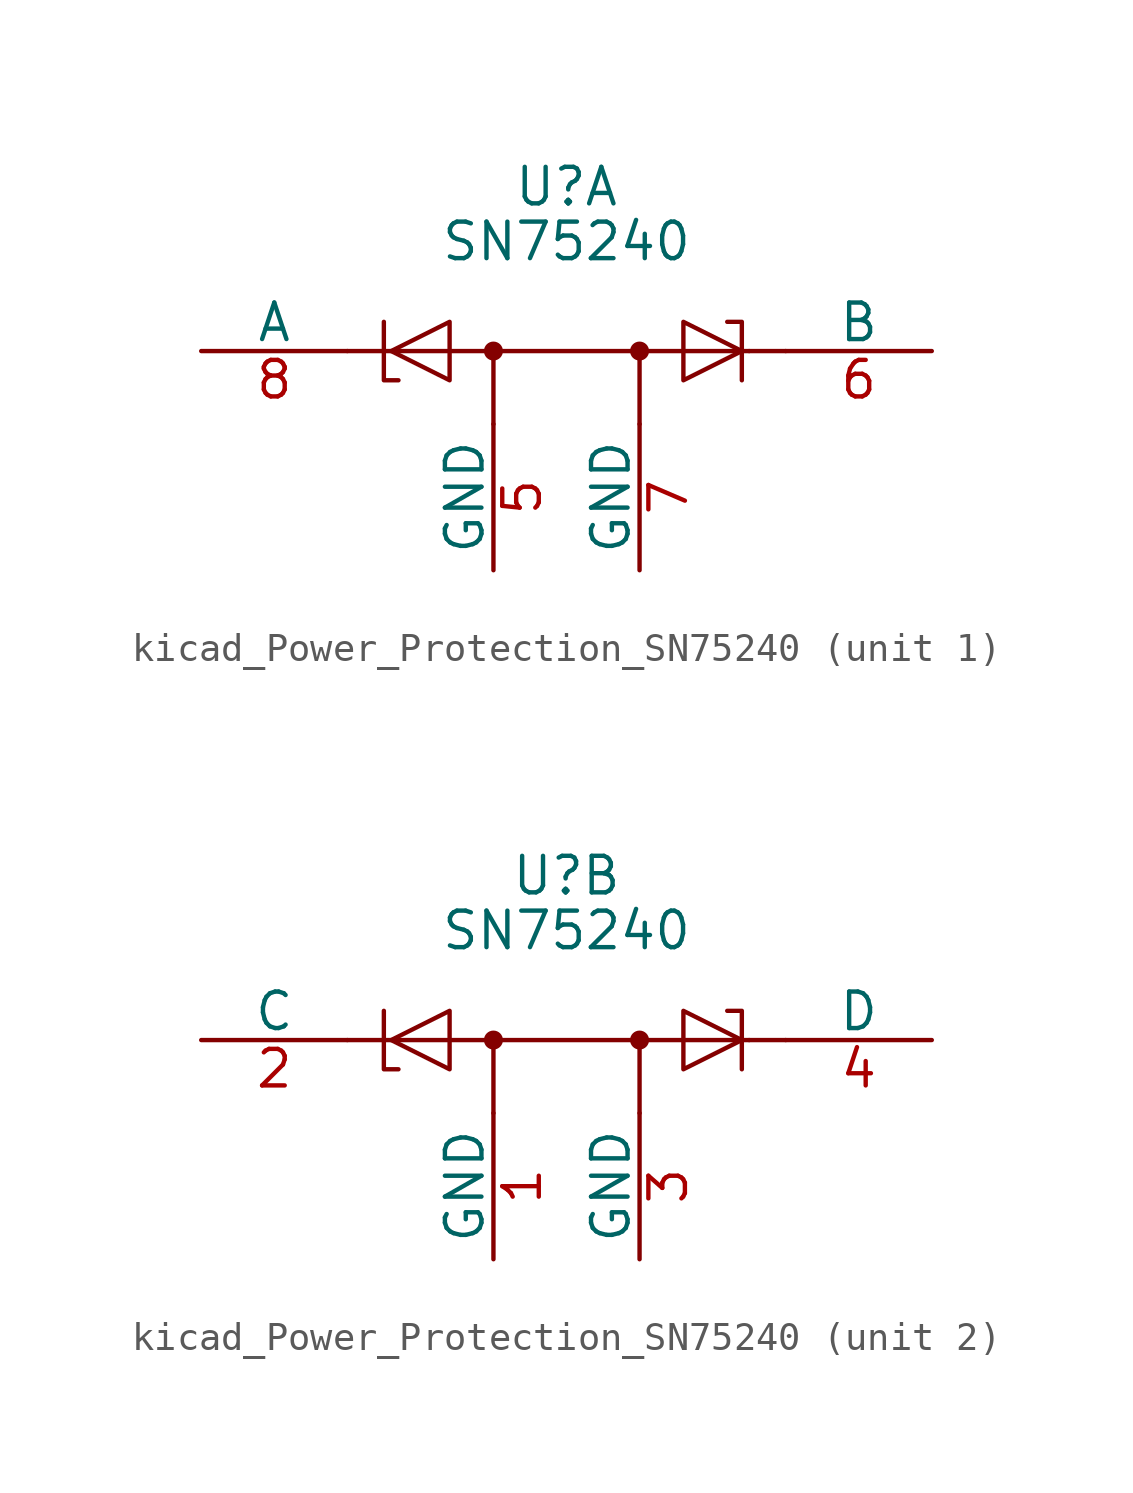
<source format=kicad_sym>
(kicad_symbol_lib
  (version 20220914)
  (generator kicad_symbol_editor)
  (symbol "kicad_Power_Protection_SN75240"
    (pin_names
      (offset 0))
    (property "Reference" "U"
      (at 0 5.715 0)
      (effects (font (size 1.27 1.27))))
    (property "Value" "SN75240"
      (at 0 3.81 0)
      (effects (font (size 1.27 1.27))))
    (property "ki_locked" ""
      (at 0 0 0)
      (effects (font (size 1.27 1.27))))
    (symbol "kicad_Power_Protection_SN75240_0_0"
      (polyline (pts (xy -7.62 0) (xy -6.35 0)) (stroke (width 0) (type default)) (fill (type none)))
      (polyline (pts (xy -6.35 0) (xy 6.35 0)) (stroke (width 0) (type default)) (fill (type none)))
      (polyline (pts (xy -2.54 -2.54) (xy -2.54 0)) (stroke (width 0) (type default)) (fill (type none)))
      (polyline (pts (xy 2.54 -2.54) (xy 2.54 0)) (stroke (width 0) (type default)) (fill (type none)))
      (polyline (pts (xy 6.35 0) (xy 7.62 0)) (stroke (width 0) (type default)) (fill (type none)))
      (polyline (pts (xy 6.096 -1.016) (xy 6.096 1.016) (xy 5.588 1.016)) (stroke (width 0) (type default)) (fill (type none)))
      (polyline (pts (xy -6.096 0) (xy -4.064 1.016) (xy -4.064 -1.016) (xy -6.096 0)) (stroke (width 0) (type default)) (fill (type none)))
      (polyline (pts (xy -5.842 -1.016) (xy -6.35 -1.016) (xy -6.35 0.762) (xy -6.35 1.016)) (stroke (width 0) (type default)) (fill (type none)))
      (polyline (pts (xy 4.064 1.016) (xy 4.064 -1.016) (xy 6.096 0) (xy 4.064 1.016)) (stroke (width 0) (type default)) (fill (type none))))
    (symbol "kicad_Power_Protection_SN75240_0_1"
      (circle (center -2.54 0) (radius 0.254) (stroke (width 0) (type default)) (fill (type outline)))
      (circle (center 2.54 0) (radius 0.254) (stroke (width 0) (type default)) (fill (type outline))))
    (symbol "kicad_Power_Protection_SN75240_1_1"
      (pin passive line (at -2.54 -7.62 90) (length 5.08) (name "GND" (effects (font (size 1.27 1.27)))) (number "5" (effects (font (size 1.27 1.27)))))
      (pin passive line (at 12.7 0 180) (length 5.08) (name "B" (effects (font (size 1.27 1.27)))) (number "6" (effects (font (size 1.27 1.27)))))
      (pin passive line (at 2.54 -7.62 90) (length 5.08) (name "GND" (effects (font (size 1.27 1.27)))) (number "7" (effects (font (size 1.27 1.27)))))
      (pin passive line (at -12.7 0 0) (length 5.08) (name "A" (effects (font (size 1.27 1.27)))) (number "8" (effects (font (size 1.27 1.27))))))
    (symbol "kicad_Power_Protection_SN75240_2_1"
      (pin power_in line (at -2.54 -7.62 90) (length 5.08) (name "GND" (effects (font (size 1.27 1.27)))) (number "1" (effects (font (size 1.27 1.27)))))
      (pin input line (at -12.7 0 0) (length 5.08) (name "C" (effects (font (size 1.27 1.27)))) (number "2" (effects (font (size 1.27 1.27)))))
      (pin power_in line (at 2.54 -7.62 90) (length 5.08) (name "GND" (effects (font (size 1.27 1.27)))) (number "3" (effects (font (size 1.27 1.27)))))
      (pin input line (at 12.7 0 180) (length 5.08) (name "D" (effects (font (size 1.27 1.27)))) (number "4" (effects (font (size 1.27 1.27))))))))
</source>
